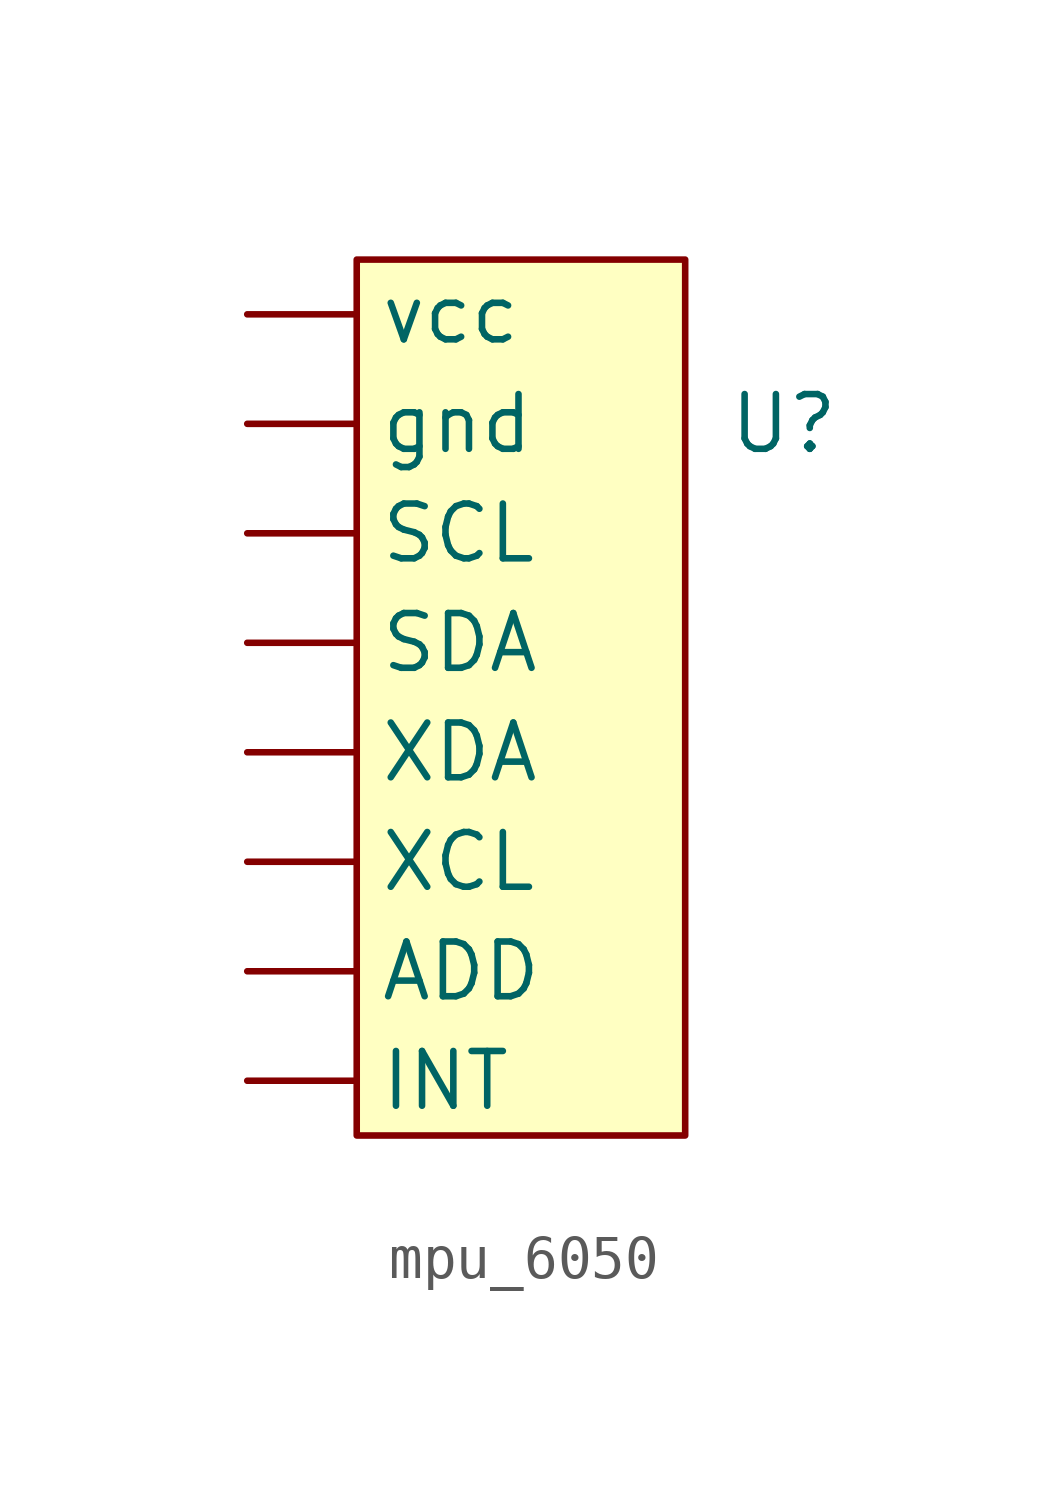
<source format=kicad_sym>
(kicad_symbol_lib
  (version 20231120)
  (generator "kicad_symbol_editor")
  (generator_version "8.0")
  (symbol "mpu_6050"
    (property "Reference" "U"
      (at 6.096 5.08 0)
      (effects (font (size 1.27 1.27))))
    (property "Value" ""
      (at 0 0 0)
      (effects (font (size 1.27 1.27))))
    (symbol "mpu_6050_1_1"
      (rectangle (start -3.81 8.89) (end 3.81 -11.43) (stroke (width 0) (type default)) (fill (type background)))
      (pin bidirectional line (at -6.35 -7.62 0) (length 2.54) (name "ADD" (effects (font (size 1.27 1.27)))) (number "" (effects (font (size 1.27 1.27)))))
      (pin bidirectional line (at -6.35 -10.16 0) (length 2.54) (name "INT" (effects (font (size 1.27 1.27)))) (number "" (effects (font (size 1.27 1.27)))))
      (pin bidirectional line (at -6.35 2.54 0) (length 2.54) (name "SCL" (effects (font (size 1.27 1.27)))) (number "" (effects (font (size 1.27 1.27)))))
      (pin bidirectional line (at -6.35 0 0) (length 2.54) (name "SDA" (effects (font (size 1.27 1.27)))) (number "" (effects (font (size 1.27 1.27)))))
      (pin bidirectional line (at -6.35 -5.08 0) (length 2.54) (name "XCL" (effects (font (size 1.27 1.27)))) (number "" (effects (font (size 1.27 1.27)))))
      (pin bidirectional line (at -6.35 -2.54 0) (length 2.54) (name "XDA" (effects (font (size 1.27 1.27)))) (number "" (effects (font (size 1.27 1.27)))))
      (pin power_in line (at -6.35 5.08 0) (length 2.54) (name "gnd" (effects (font (size 1.27 1.27)))) (number "" (effects (font (size 1.27 1.27)))))
      (pin power_in line (at -6.35 7.62 0) (length 2.54) (name "vcc" (effects (font (size 1.27 1.27)))) (number "" (effects (font (size 1.27 1.27))))))))
</source>
